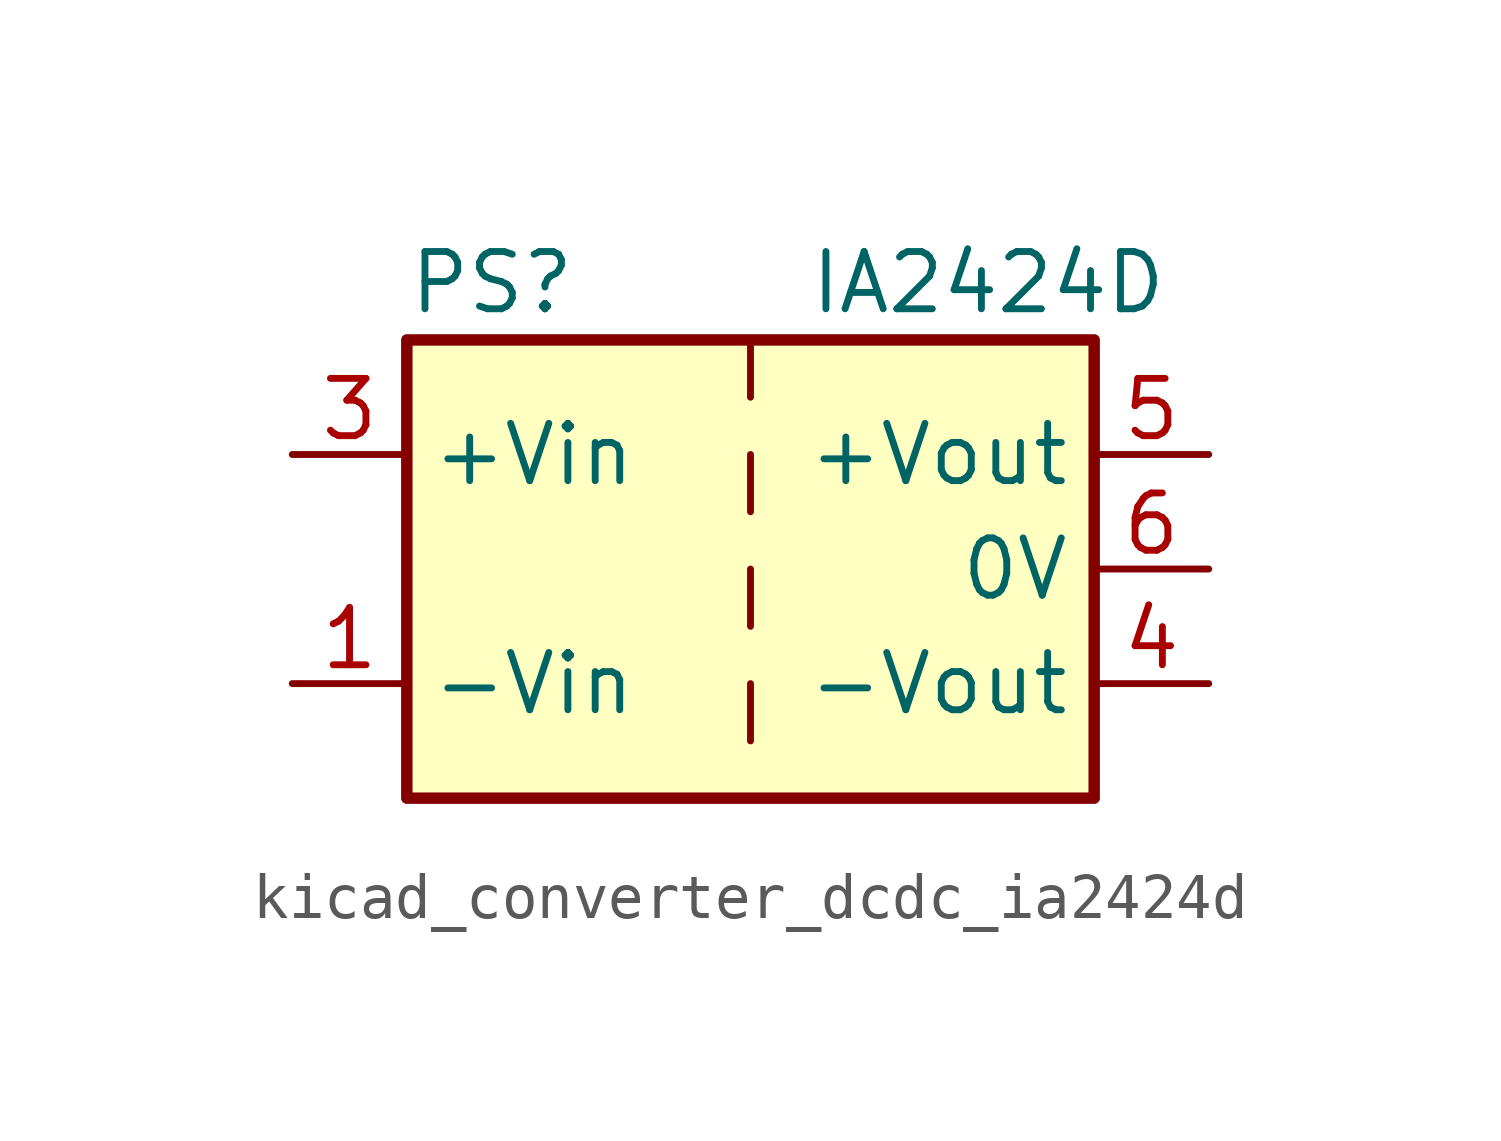
<source format=kicad_sym>
(kicad_symbol_lib
  (version 20220914)
  (generator kicad_symbol_editor)
  (symbol "kicad_converter_dcdc_ia2424d"
    (property "Reference" "PS"
      (at -7.62 6.35 0)
      (effects (font (size 1.27 1.27)) (justify left)))
    (property "Value" "IA2424D"
      (at 1.27 6.35 0)
      (effects (font (size 1.27 1.27)) (justify left)))
    (symbol "kicad_converter_dcdc_ia2424d_0_0"
      (pin power_in line (at -10.16 -2.54 0) (length 2.54) (name "-Vin" (effects (font (size 1.27 1.27)))) (number "1" (effects (font (size 1.27 1.27)))))
      (pin power_in line (at -10.16 2.54 0) (length 2.54) (name "+Vin" (effects (font (size 1.27 1.27)))) (number "3" (effects (font (size 1.27 1.27)))))
      (pin power_out line (at 10.16 -2.54 180) (length 2.54) (name "-Vout" (effects (font (size 1.27 1.27)))) (number "4" (effects (font (size 1.27 1.27)))))
      (pin power_out line (at 10.16 2.54 180) (length 2.54) (name "+Vout" (effects (font (size 1.27 1.27)))) (number "5" (effects (font (size 1.27 1.27)))))
      (pin power_out line (at 10.16 0 180) (length 2.54) (name "0V" (effects (font (size 1.27 1.27)))) (number "6" (effects (font (size 1.27 1.27))))))
    (symbol "kicad_converter_dcdc_ia2424d_0_1"
      (rectangle (start -7.62 5.08) (end 7.62 -5.08) (stroke (width 0.254) (type default)) (fill (type background)))
      (polyline (pts (xy 0 -2.54) (xy 0 -3.81)) (stroke (width 0) (type default)) (fill (type none)))
      (polyline (pts (xy 0 0) (xy 0 -1.27)) (stroke (width 0) (type default)) (fill (type none)))
      (polyline (pts (xy 0 2.54) (xy 0 1.27)) (stroke (width 0) (type default)) (fill (type none)))
      (polyline (pts (xy 0 5.08) (xy 0 3.81)) (stroke (width 0) (type default)) (fill (type none))))
    (symbol "kicad_converter_dcdc_ia2424d_1_1"
      (pin no_connect line (at 0 -5.08 90) (length 2.54) hide (name "NC" (effects (font (size 1.27 1.27)))) (number "2" (effects (font (size 1.27 1.27))))))))
</source>
